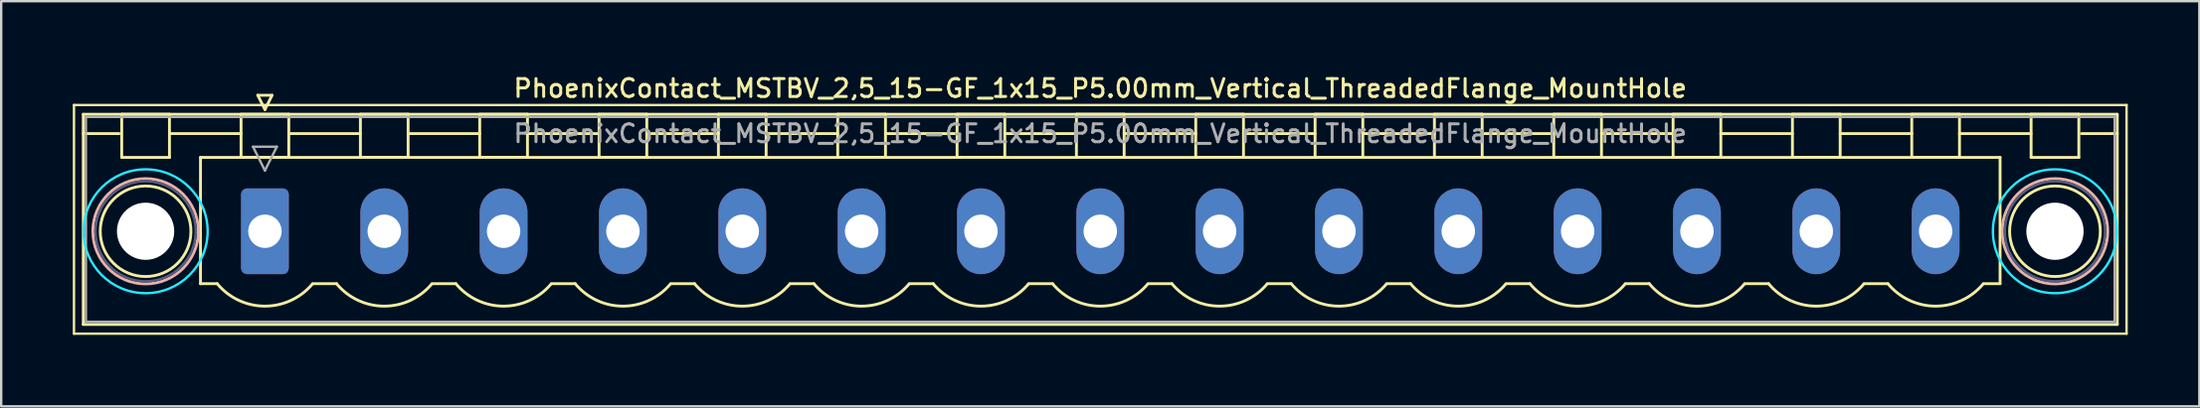
<source format=kicad_pcb>
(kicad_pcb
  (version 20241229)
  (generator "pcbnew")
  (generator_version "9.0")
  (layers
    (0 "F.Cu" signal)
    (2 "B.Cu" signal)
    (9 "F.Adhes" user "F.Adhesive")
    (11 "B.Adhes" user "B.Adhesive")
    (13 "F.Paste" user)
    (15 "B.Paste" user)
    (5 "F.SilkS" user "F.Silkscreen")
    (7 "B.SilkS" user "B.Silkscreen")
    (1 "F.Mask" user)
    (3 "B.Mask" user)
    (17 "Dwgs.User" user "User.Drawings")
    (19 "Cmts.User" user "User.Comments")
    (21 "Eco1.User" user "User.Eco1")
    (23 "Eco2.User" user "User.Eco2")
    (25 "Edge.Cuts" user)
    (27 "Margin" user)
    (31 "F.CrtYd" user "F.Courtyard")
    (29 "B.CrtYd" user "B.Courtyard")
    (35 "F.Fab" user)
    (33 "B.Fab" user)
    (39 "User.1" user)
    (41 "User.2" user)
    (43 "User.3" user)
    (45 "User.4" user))
  (footprint "PhoenixContact_MSTBV_2,5_15-GF_1x15_P5.00mm_Vertical_ThreadedFlange_MountHole"
    (layer "F.Cu")
    (at 8.05 6.658)
    (property "Reference" "PhoenixContact_MSTBV_2,5_15-GF_1x15_P5.00mm_Vertical_ThreadedFlange_MountHole" (at 35 -6 0) (layer "F.SilkS") (effects (font (size 0.75 0.75) (thickness 0.125))))
    (attr through_hole)
    (fp_line (start -8 -5.3) (end -8 4.3) (stroke (width 0.1) (type solid)) (layer "F.SilkS"))
    (fp_line (start -8 4.3) (end 78 4.3) (stroke (width 0.1) (type solid)) (layer "F.SilkS"))
    (fp_line (start -7.61 -4.91) (end -7.61 3.91) (stroke (width 0.12) (type solid)) (layer "F.SilkS"))
    (fp_line (start -7.61 -4.1) (end -6.11 -4.1) (stroke (width 0.12) (type solid)) (layer "F.SilkS"))
    (fp_line (start -7.61 3.91) (end 77.61 3.91) (stroke (width 0.12) (type solid)) (layer "F.SilkS"))
    (fp_line (start -6 -4.91) (end -4 -4.91) (stroke (width 0.12) (type solid)) (layer "F.SilkS"))
    (fp_line (start -6 -3.1) (end -6 -4.91) (stroke (width 0.12) (type solid)) (layer "F.SilkS"))
    (fp_line (start -4 -4.91) (end -4 -3.1) (stroke (width 0.12) (type solid)) (layer "F.SilkS"))
    (fp_line (start -4 -4.1) (end -1 -4.1) (stroke (width 0.12) (type solid)) (layer "F.SilkS"))
    (fp_line (start -4 -3.1) (end -6 -3.1) (stroke (width 0.12) (type solid)) (layer "F.SilkS"))
    (fp_line (start -2.7 -3.1) (end 72.7 -3.1) (stroke (width 0.12) (type solid)) (layer "F.SilkS"))
    (fp_line (start -2.7 2.2) (end -2.7 -3.1) (stroke (width 0.12) (type solid)) (layer "F.SilkS"))
    (fp_line (start -2 2.2) (end -2.7 2.2) (stroke (width 0.12) (type solid)) (layer "F.SilkS"))
    (fp_line (start -1 -4.91) (end 1 -4.91) (stroke (width 0.12) (type solid)) (layer "F.SilkS"))
    (fp_line (start -1 -3.1) (end -1 -4.91) (stroke (width 0.12) (type solid)) (layer "F.SilkS"))
    (fp_line (start -0.3 -5.71) (end 0.3 -5.71) (stroke (width 0.12) (type solid)) (layer "F.SilkS"))
    (fp_line (start 0 -5.11) (end -0.3 -5.71) (stroke (width 0.12) (type solid)) (layer "F.SilkS"))
    (fp_line (start 0.3 -5.71) (end 0 -5.11) (stroke (width 0.12) (type solid)) (layer "F.SilkS"))
    (fp_line (start 1 -4.91) (end 1 -3.1) (stroke (width 0.12) (type solid)) (layer "F.SilkS"))
    (fp_line (start 1 -4.1) (end 4 -4.1) (stroke (width 0.12) (type solid)) (layer "F.SilkS"))
    (fp_line (start 1 -3.1) (end -1 -3.1) (stroke (width 0.12) (type solid)) (layer "F.SilkS"))
    (fp_line (start 2 2.2) (end 3 2.2) (stroke (width 0.12) (type solid)) (layer "F.SilkS"))
    (fp_line (start 4 -4.91) (end 6 -4.91) (stroke (width 0.12) (type solid)) (layer "F.SilkS"))
    (fp_line (start 4 -3.1) (end 4 -4.91) (stroke (width 0.12) (type solid)) (layer "F.SilkS"))
    (fp_line (start 6 -4.91) (end 6 -3.1) (stroke (width 0.12) (type solid)) (layer "F.SilkS"))
    (fp_line (start 6 -4.1) (end 9 -4.1) (stroke (width 0.12) (type solid)) (layer "F.SilkS"))
    (fp_line (start 6 -3.1) (end 4 -3.1) (stroke (width 0.12) (type solid)) (layer "F.SilkS"))
    (fp_line (start 7 2.2) (end 8 2.2) (stroke (width 0.12) (type solid)) (layer "F.SilkS"))
    (fp_line (start 9 -4.91) (end 11 -4.91) (stroke (width 0.12) (type solid)) (layer "F.SilkS"))
    (fp_line (start 9 -3.1) (end 9 -4.91) (stroke (width 0.12) (type solid)) (layer "F.SilkS"))
    (fp_line (start 11 -4.91) (end 11 -3.1) (stroke (width 0.12) (type solid)) (layer "F.SilkS"))
    (fp_line (start 11 -4.1) (end 14 -4.1) (stroke (width 0.12) (type solid)) (layer "F.SilkS"))
    (fp_line (start 11 -3.1) (end 9 -3.1) (stroke (width 0.12) (type solid)) (layer "F.SilkS"))
    (fp_line (start 12 2.2) (end 13 2.2) (stroke (width 0.12) (type solid)) (layer "F.SilkS"))
    (fp_line (start 14 -4.91) (end 16 -4.91) (stroke (width 0.12) (type solid)) (layer "F.SilkS"))
    (fp_line (start 14 -3.1) (end 14 -4.91) (stroke (width 0.12) (type solid)) (layer "F.SilkS"))
    (fp_line (start 16 -4.91) (end 16 -3.1) (stroke (width 0.12) (type solid)) (layer "F.SilkS"))
    (fp_line (start 16 -4.1) (end 19 -4.1) (stroke (width 0.12) (type solid)) (layer "F.SilkS"))
    (fp_line (start 16 -3.1) (end 14 -3.1) (stroke (width 0.12) (type solid)) (layer "F.SilkS"))
    (fp_line (start 17 2.2) (end 18 2.2) (stroke (width 0.12) (type solid)) (layer "F.SilkS"))
    (fp_line (start 19 -4.91) (end 21 -4.91) (stroke (width 0.12) (type solid)) (layer "F.SilkS"))
    (fp_line (start 19 -3.1) (end 19 -4.91) (stroke (width 0.12) (type solid)) (layer "F.SilkS"))
    (fp_line (start 21 -4.91) (end 21 -3.1) (stroke (width 0.12) (type solid)) (layer "F.SilkS"))
    (fp_line (start 21 -4.1) (end 24 -4.1) (stroke (width 0.12) (type solid)) (layer "F.SilkS"))
    (fp_line (start 21 -3.1) (end 19 -3.1) (stroke (width 0.12) (type solid)) (layer "F.SilkS"))
    (fp_line (start 22 2.2) (end 23 2.2) (stroke (width 0.12) (type solid)) (layer "F.SilkS"))
    (fp_line (start 24 -4.91) (end 26 -4.91) (stroke (width 0.12) (type solid)) (layer "F.SilkS"))
    (fp_line (start 24 -3.1) (end 24 -4.91) (stroke (width 0.12) (type solid)) (layer "F.SilkS"))
    (fp_line (start 26 -4.91) (end 26 -3.1) (stroke (width 0.12) (type solid)) (layer "F.SilkS"))
    (fp_line (start 26 -4.1) (end 29 -4.1) (stroke (width 0.12) (type solid)) (layer "F.SilkS"))
    (fp_line (start 26 -3.1) (end 24 -3.1) (stroke (width 0.12) (type solid)) (layer "F.SilkS"))
    (fp_line (start 27 2.2) (end 28 2.2) (stroke (width 0.12) (type solid)) (layer "F.SilkS"))
    (fp_line (start 29 -4.91) (end 31 -4.91) (stroke (width 0.12) (type solid)) (layer "F.SilkS"))
    (fp_line (start 29 -3.1) (end 29 -4.91) (stroke (width 0.12) (type solid)) (layer "F.SilkS"))
    (fp_line (start 31 -4.91) (end 31 -3.1) (stroke (width 0.12) (type solid)) (layer "F.SilkS"))
    (fp_line (start 31 -4.1) (end 34 -4.1) (stroke (width 0.12) (type solid)) (layer "F.SilkS"))
    (fp_line (start 31 -3.1) (end 29 -3.1) (stroke (width 0.12) (type solid)) (layer "F.SilkS"))
    (fp_line (start 32 2.2) (end 33 2.2) (stroke (width 0.12) (type solid)) (layer "F.SilkS"))
    (fp_line (start 34 -4.91) (end 36 -4.91) (stroke (width 0.12) (type solid)) (layer "F.SilkS"))
    (fp_line (start 34 -3.1) (end 34 -4.91) (stroke (width 0.12) (type solid)) (layer "F.SilkS"))
    (fp_line (start 36 -4.91) (end 36 -3.1) (stroke (width 0.12) (type solid)) (layer "F.SilkS"))
    (fp_line (start 36 -4.1) (end 39 -4.1) (stroke (width 0.12) (type solid)) (layer "F.SilkS"))
    (fp_line (start 36 -3.1) (end 34 -3.1) (stroke (width 0.12) (type solid)) (layer "F.SilkS"))
    (fp_line (start 37 2.2) (end 38 2.2) (stroke (width 0.12) (type solid)) (layer "F.SilkS"))
    (fp_line (start 39 -4.91) (end 41 -4.91) (stroke (width 0.12) (type solid)) (layer "F.SilkS"))
    (fp_line (start 39 -3.1) (end 39 -4.91) (stroke (width 0.12) (type solid)) (layer "F.SilkS"))
    (fp_line (start 41 -4.91) (end 41 -3.1) (stroke (width 0.12) (type solid)) (layer "F.SilkS"))
    (fp_line (start 41 -4.1) (end 44 -4.1) (stroke (width 0.12) (type solid)) (layer "F.SilkS"))
    (fp_line (start 41 -3.1) (end 39 -3.1) (stroke (width 0.12) (type solid)) (layer "F.SilkS"))
    (fp_line (start 42 2.2) (end 43 2.2) (stroke (width 0.12) (type solid)) (layer "F.SilkS"))
    (fp_line (start 44 -4.91) (end 46 -4.91) (stroke (width 0.12) (type solid)) (layer "F.SilkS"))
    (fp_line (start 44 -3.1) (end 44 -4.91) (stroke (width 0.12) (type solid)) (layer "F.SilkS"))
    (fp_line (start 46 -4.91) (end 46 -3.1) (stroke (width 0.12) (type solid)) (layer "F.SilkS"))
    (fp_line (start 46 -4.1) (end 49 -4.1) (stroke (width 0.12) (type solid)) (layer "F.SilkS"))
    (fp_line (start 46 -3.1) (end 44 -3.1) (stroke (width 0.12) (type solid)) (layer "F.SilkS"))
    (fp_line (start 47 2.2) (end 48 2.2) (stroke (width 0.12) (type solid)) (layer "F.SilkS"))
    (fp_line (start 49 -4.91) (end 51 -4.91) (stroke (width 0.12) (type solid)) (layer "F.SilkS"))
    (fp_line (start 49 -3.1) (end 49 -4.91) (stroke (width 0.12) (type solid)) (layer "F.SilkS"))
    (fp_line (start 51 -4.91) (end 51 -3.1) (stroke (width 0.12) (type solid)) (layer "F.SilkS"))
    (fp_line (start 51 -4.1) (end 54 -4.1) (stroke (width 0.12) (type solid)) (layer "F.SilkS"))
    (fp_line (start 51 -3.1) (end 49 -3.1) (stroke (width 0.12) (type solid)) (layer "F.SilkS"))
    (fp_line (start 52 2.2) (end 53 2.2) (stroke (width 0.12) (type solid)) (layer "F.SilkS"))
    (fp_line (start 54 -4.91) (end 56 -4.91) (stroke (width 0.12) (type solid)) (layer "F.SilkS"))
    (fp_line (start 54 -3.1) (end 54 -4.91) (stroke (width 0.12) (type solid)) (layer "F.SilkS"))
    (fp_line (start 56 -4.91) (end 56 -3.1) (stroke (width 0.12) (type solid)) (layer "F.SilkS"))
    (fp_line (start 56 -4.1) (end 59 -4.1) (stroke (width 0.12) (type solid)) (layer "F.SilkS"))
    (fp_line (start 56 -3.1) (end 54 -3.1) (stroke (width 0.12) (type solid)) (layer "F.SilkS"))
    (fp_line (start 57 2.2) (end 58 2.2) (stroke (width 0.12) (type solid)) (layer "F.SilkS"))
    (fp_line (start 59 -4.91) (end 61 -4.91) (stroke (width 0.12) (type solid)) (layer "F.SilkS"))
    (fp_line (start 59 -3.1) (end 59 -4.91) (stroke (width 0.12) (type solid)) (layer "F.SilkS"))
    (fp_line (start 61 -4.91) (end 61 -3.1) (stroke (width 0.12) (type solid)) (layer "F.SilkS"))
    (fp_line (start 61 -4.1) (end 64 -4.1) (stroke (width 0.12) (type solid)) (layer "F.SilkS"))
    (fp_line (start 61 -3.1) (end 59 -3.1) (stroke (width 0.12) (type solid)) (layer "F.SilkS"))
    (fp_line (start 62 2.2) (end 63 2.2) (stroke (width 0.12) (type solid)) (layer "F.SilkS"))
    (fp_line (start 64 -4.91) (end 66 -4.91) (stroke (width 0.12) (type solid)) (layer "F.SilkS"))
    (fp_line (start 64 -3.1) (end 64 -4.91) (stroke (width 0.12) (type solid)) (layer "F.SilkS"))
    (fp_line (start 66 -4.91) (end 66 -3.1) (stroke (width 0.12) (type solid)) (layer "F.SilkS"))
    (fp_line (start 66 -4.1) (end 69 -4.1) (stroke (width 0.12) (type solid)) (layer "F.SilkS"))
    (fp_line (start 66 -3.1) (end 64 -3.1) (stroke (width 0.12) (type solid)) (layer "F.SilkS"))
    (fp_line (start 67 2.2) (end 68 2.2) (stroke (width 0.12) (type solid)) (layer "F.SilkS"))
    (fp_line (start 69 -4.91) (end 71 -4.91) (stroke (width 0.12) (type solid)) (layer "F.SilkS"))
    (fp_line (start 69 -3.1) (end 69 -4.91) (stroke (width 0.12) (type solid)) (layer "F.SilkS"))
    (fp_line (start 71 -4.91) (end 71 -3.1) (stroke (width 0.12) (type solid)) (layer "F.SilkS"))
    (fp_line (start 71 -4.1) (end 74 -4.1) (stroke (width 0.12) (type solid)) (layer "F.SilkS"))
    (fp_line (start 71 -3.1) (end 69 -3.1) (stroke (width 0.12) (type solid)) (layer "F.SilkS"))
    (fp_line (start 72.7 -3.1) (end 72.7 2.2) (stroke (width 0.12) (type solid)) (layer "F.SilkS"))
    (fp_line (start 72.7 2.2) (end 72 2.2) (stroke (width 0.12) (type solid)) (layer "F.SilkS"))
    (fp_line (start 74 -4.91) (end 76 -4.91) (stroke (width 0.12) (type solid)) (layer "F.SilkS"))
    (fp_line (start 74 -3.1) (end 74 -4.91) (stroke (width 0.12) (type solid)) (layer "F.SilkS"))
    (fp_line (start 76 -4.91) (end 76 -3.1) (stroke (width 0.12) (type solid)) (layer "F.SilkS"))
    (fp_line (start 76 -3.1) (end 74 -3.1) (stroke (width 0.12) (type solid)) (layer "F.SilkS"))
    (fp_line (start 77.61 -4.91) (end -7.61 -4.91) (stroke (width 0.12) (type solid)) (layer "F.SilkS"))
    (fp_line (start 77.61 -4.1) (end 76.11 -4.1) (stroke (width 0.12) (type solid)) (layer "F.SilkS"))
    (fp_line (start 77.61 3.91) (end 77.61 -4.91) (stroke (width 0.12) (type solid)) (layer "F.SilkS"))
    (fp_line (start 78 -5.3) (end -8 -5.3) (stroke (width 0.1) (type solid)) (layer "F.SilkS"))
    (fp_line (start 78 4.3) (end 78 -5.3) (stroke (width 0.1) (type solid)) (layer "F.SilkS"))
    (fp_arc (start 1.986842 2.215821) (mid -0.010289 3.142758) (end -2 2.2) (stroke (width 0.12) (type solid)) (layer "F.SilkS"))
    (fp_arc (start 6.986842 2.215821) (mid 4.989711 3.142758) (end 3 2.2) (stroke (width 0.12) (type solid)) (layer "F.SilkS"))
    (fp_arc (start 11.986842 2.215821) (mid 9.989711 3.142758) (end 8 2.2) (stroke (width 0.12) (type solid)) (layer "F.SilkS"))
    (fp_arc (start 16.986842 2.215821) (mid 14.989711 3.142758) (end 13 2.2) (stroke (width 0.12) (type solid)) (layer "F.SilkS"))
    (fp_arc (start 21.986842 2.215821) (mid 19.989711 3.142758) (end 18 2.2) (stroke (width 0.12) (type solid)) (layer "F.SilkS"))
    (fp_arc (start 26.986842 2.215821) (mid 24.989711 3.142758) (end 23 2.2) (stroke (width 0.12) (type solid)) (layer "F.SilkS"))
    (fp_arc (start 31.986842 2.215821) (mid 29.989711 3.142758) (end 28 2.2) (stroke (width 0.12) (type solid)) (layer "F.SilkS"))
    (fp_arc (start 36.986842 2.215821) (mid 34.989711 3.142758) (end 33 2.2) (stroke (width 0.12) (type solid)) (layer "F.SilkS"))
    (fp_arc (start 41.986842 2.215821) (mid 39.989711 3.142758) (end 38 2.2) (stroke (width 0.12) (type solid)) (layer "F.SilkS"))
    (fp_arc (start 46.986842 2.215821) (mid 44.989711 3.142758) (end 43 2.2) (stroke (width 0.12) (type solid)) (layer "F.SilkS"))
    (fp_arc (start 51.986842 2.215821) (mid 49.989711 3.142758) (end 48 2.2) (stroke (width 0.12) (type solid)) (layer "F.SilkS"))
    (fp_arc (start 56.986842 2.215821) (mid 54.989711 3.142758) (end 53 2.2) (stroke (width 0.12) (type solid)) (layer "F.SilkS"))
    (fp_arc (start 61.986842 2.215821) (mid 59.989711 3.142758) (end 58 2.2) (stroke (width 0.12) (type solid)) (layer "F.SilkS"))
    (fp_arc (start 66.986842 2.215821) (mid 64.989711 3.142758) (end 63 2.2) (stroke (width 0.12) (type solid)) (layer "F.SilkS"))
    (fp_arc (start 71.986842 2.215821) (mid 69.989711 3.142758) (end 68 2.2) (stroke (width 0.12) (type solid)) (layer "F.SilkS"))
    (fp_circle (center -5 0) (end -3.1 0) (stroke (width 0.12) (type solid)) (fill no) (layer "F.SilkS"))
    (fp_circle (center 75 0) (end 76.9 0) (stroke (width 0.12) (type solid)) (fill no) (layer "F.SilkS"))
    (fp_circle (center -5 0) (end -2.79 0) (stroke (width 0.12) (type solid)) (fill no) (layer "B.SilkS"))
    (fp_circle (center 75 0) (end 77.21 0) (stroke (width 0.12) (type solid)) (fill no) (layer "B.SilkS"))
    (fp_circle (center -5 0) (end -2.4 0) (stroke (width 0.1) (type solid)) (fill no) (layer "B.CrtYd"))
    (fp_circle (center 75 0) (end 77.6 0) (stroke (width 0.1) (type solid)) (fill no) (layer "B.CrtYd"))
    (fp_circle (center -5 0) (end -2.9 0) (stroke (width 0.1) (type solid)) (fill no) (layer "B.Fab"))
    (fp_circle (center 75 0) (end 77.1 0) (stroke (width 0.1) (type solid)) (fill no) (layer "B.Fab"))
    (fp_line (start -7.5 -4.8) (end -7.5 3.8) (stroke (width 0.1) (type solid)) (layer "F.Fab"))
    (fp_line (start -7.5 3.8) (end 77.5 3.8) (stroke (width 0.1) (type solid)) (layer "F.Fab"))
    (fp_line (start -0.5 -3.55) (end 0.5 -3.55) (stroke (width 0.1) (type solid)) (layer "F.Fab"))
    (fp_line (start 0 -2.55) (end -0.5 -3.55) (stroke (width 0.1) (type solid)) (layer "F.Fab"))
    (fp_line (start 0.5 -3.55) (end 0 -2.55) (stroke (width 0.1) (type solid)) (layer "F.Fab"))
    (fp_line (start 77.5 -4.8) (end -7.5 -4.8) (stroke (width 0.1) (type solid)) (layer "F.Fab"))
    (fp_line (start 77.5 3.8) (end 77.5 -4.8) (stroke (width 0.1) (type solid)) (layer "F.Fab"))
    (fp_text user "${REFERENCE}" (at 35 -4.1 0) (layer "F.Fab") (effects (font (size 0.75 0.75) (thickness 0.125))))
    (pad "" np_thru_hole circle (at -5 0) (size 2.4 2.4) (drill 2.4) (layers "*.Cu" "*.Mask"))
    (pad "" np_thru_hole circle (at 75 0) (size 2.4 2.4) (drill 2.4) (layers "*.Cu" "*.Mask"))
    (pad "1" thru_hole roundrect (at 0 0) (size 2 3.6) (drill 1.4) (layers "*.Cu" "*.Mask") (roundrect_rratio 0.125))
    (pad "2" thru_hole oval (at 5 0) (size 2 3.6) (drill 1.4) (layers "*.Cu" "*.Mask"))
    (pad "3" thru_hole oval (at 10 0) (size 2 3.6) (drill 1.4) (layers "*.Cu" "*.Mask"))
    (pad "4" thru_hole oval (at 15 0) (size 2 3.6) (drill 1.4) (layers "*.Cu" "*.Mask"))
    (pad "5" thru_hole oval (at 20 0) (size 2 3.6) (drill 1.4) (layers "*.Cu" "*.Mask"))
    (pad "6" thru_hole oval (at 25 0) (size 2 3.6) (drill 1.4) (layers "*.Cu" "*.Mask"))
    (pad "7" thru_hole oval (at 30 0) (size 2 3.6) (drill 1.4) (layers "*.Cu" "*.Mask"))
    (pad "8" thru_hole oval (at 35 0) (size 2 3.6) (drill 1.4) (layers "*.Cu" "*.Mask"))
    (pad "9" thru_hole oval (at 40 0) (size 2 3.6) (drill 1.4) (layers "*.Cu" "*.Mask"))
    (pad "10" thru_hole oval (at 45 0) (size 2 3.6) (drill 1.4) (layers "*.Cu" "*.Mask"))
    (pad "11" thru_hole oval (at 50 0) (size 2 3.6) (drill 1.4) (layers "*.Cu" "*.Mask"))
    (pad "12" thru_hole oval (at 55 0) (size 2 3.6) (drill 1.4) (layers "*.Cu" "*.Mask"))
    (pad "13" thru_hole oval (at 60 0) (size 2 3.6) (drill 1.4) (layers "*.Cu" "*.Mask"))
    (pad "14" thru_hole oval (at 65 0) (size 2 3.6) (drill 1.4) (layers "*.Cu" "*.Mask"))
    (pad "15" thru_hole oval (at 70 0) (size 2 3.6) (drill 1.4) (layers "*.Cu" "*.Mask")))
  (gr_rect
    (start -3 -3)
    (end 89.1 14.008)
    (stroke (width 0.1) (type default))
    (fill no)
    (layer "Edge.Cuts")))
</source>
